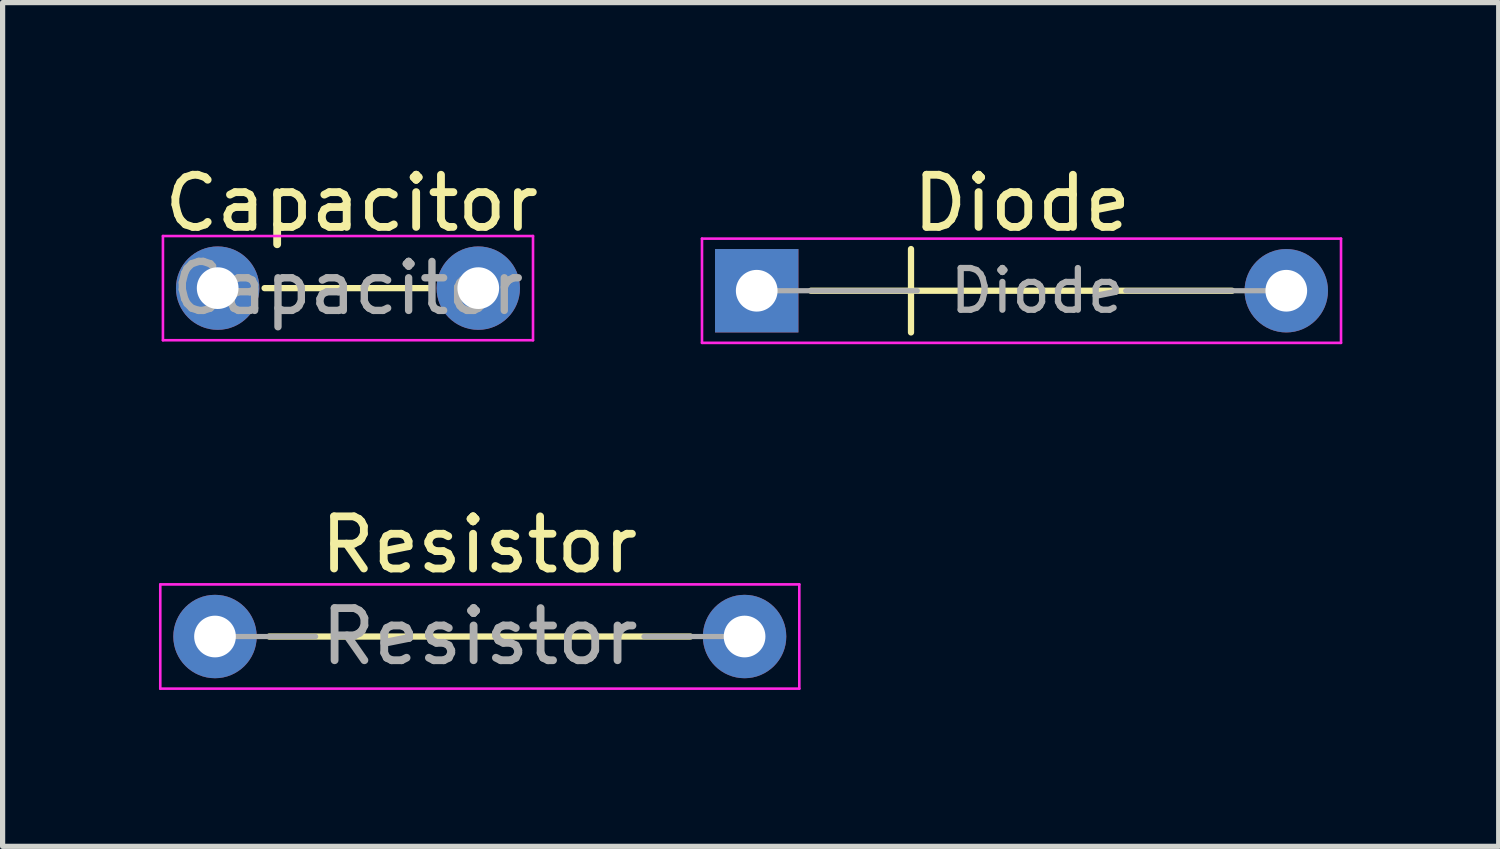
<source format=kicad_pcb>
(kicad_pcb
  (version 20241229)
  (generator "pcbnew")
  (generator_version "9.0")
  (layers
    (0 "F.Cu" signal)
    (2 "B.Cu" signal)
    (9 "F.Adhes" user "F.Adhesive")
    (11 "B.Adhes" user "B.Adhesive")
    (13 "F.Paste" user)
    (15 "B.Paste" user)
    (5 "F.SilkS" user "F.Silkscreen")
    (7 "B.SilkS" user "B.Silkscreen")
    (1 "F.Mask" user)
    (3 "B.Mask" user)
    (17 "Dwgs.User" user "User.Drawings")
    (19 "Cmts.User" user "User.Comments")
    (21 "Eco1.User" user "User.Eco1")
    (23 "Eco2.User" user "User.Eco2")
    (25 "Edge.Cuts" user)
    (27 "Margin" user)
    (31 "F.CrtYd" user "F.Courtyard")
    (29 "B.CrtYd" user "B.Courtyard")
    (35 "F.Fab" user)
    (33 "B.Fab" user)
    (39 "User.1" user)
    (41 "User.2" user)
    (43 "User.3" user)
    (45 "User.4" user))
  (footprint "Capacitor"
    (layer "F.Cu")
    (at 1.126 2.478)
    (property "Reference" "Capacitor" (at 2.57 -1.63 0) (layer "F.SilkS") (effects (font (size 1 1) (thickness 0.15))))
    (attr through_hole)
    (fp_line (start 0.9 0) (end 4.1 0) (stroke (width 0.12) (type solid)) (layer "F.SilkS"))
    (fp_line (start -1.05 -1) (end -1.05 1) (stroke (width 0.05) (type solid)) (layer "F.CrtYd"))
    (fp_line (start -1.05 1) (end 6.05 1) (stroke (width 0.05) (type solid)) (layer "F.CrtYd"))
    (fp_line (start 6.05 -1) (end -1.05 -1) (stroke (width 0.05) (type solid)) (layer "F.CrtYd"))
    (fp_line (start 6.05 1) (end 6.05 -1) (stroke (width 0.05) (type solid)) (layer "F.CrtYd"))
    (fp_text user "${REFERENCE}" (at 2.5 0 0) (layer "F.Fab") (effects (font (size 0.94 0.94) (thickness 0.141))))
    (pad "1" thru_hole circle (at 0 0) (size 1.6 1.6) (drill 0.8) (layers "*.Cu" "*.Mask"))
    (pad "2" thru_hole circle (at 5 0) (size 1.6 1.6) (drill 0.8) (layers "*.Cu" "*.Mask")))
  (footprint "Diode"
    (layer "F.Cu")
    (at 11.468 2.528)
    (property "Reference" "Diode" (at 5.09 -1.68 0) (layer "F.SilkS") (effects (font (size 1 1) (thickness 0.15))))
    (attr through_hole)
    (fp_line (start 1.04 0) (end 2.96 0) (stroke (width 0.12) (type solid)) (layer "F.SilkS"))
    (fp_line (start 2.96 -0.8) (end 2.96 0.8) (stroke (width 0.12) (type solid)) (layer "F.SilkS"))
    (fp_line (start 9.12 0) (end 2.96 0) (stroke (width 0.12) (type solid)) (layer "F.SilkS"))
    (fp_line (start -1.05 -1) (end -1.05 1) (stroke (width 0.05) (type solid)) (layer "F.CrtYd"))
    (fp_line (start -1.05 1) (end 11.21 1) (stroke (width 0.05) (type solid)) (layer "F.CrtYd"))
    (fp_line (start 11.21 -1) (end -1.05 -1) (stroke (width 0.05) (type solid)) (layer "F.CrtYd"))
    (fp_line (start 11.21 1) (end 11.21 -1) (stroke (width 0.05) (type solid)) (layer "F.CrtYd"))
    (fp_line (start 0 0) (end 3.08 0) (stroke (width 0.1) (type solid)) (layer "F.Fab"))
    (fp_line (start 10.16 0) (end 7.08 0) (stroke (width 0.1) (type solid)) (layer "F.Fab"))
    (fp_text user "${REFERENCE}" (at 5.38 0 0) (layer "F.Fab") (effects (font (size 0.8 0.8) (thickness 0.12))))
    (pad "1" thru_hole rect (at 0 0) (size 1.6 1.6) (drill 0.8) (layers "*.Cu" "*.Mask"))
    (pad "2" thru_hole oval (at 10.16 0) (size 1.6 1.6) (drill 0.8) (layers "*.Cu" "*.Mask")))
  (footprint "Resistor"
    (layer "F.Cu")
    (at 1.075 9.162)
    (property "Reference" "Resistor" (at 5.07 -1.76 0) (layer "F.SilkS") (effects (font (size 1 1) (thickness 0.15))))
    (attr through_hole)
    (fp_line (start 1.04 0) (end 9.12 0) (stroke (width 0.12) (type solid)) (layer "F.SilkS"))
    (fp_line (start -1.05 -1) (end -1.05 1) (stroke (width 0.05) (type solid)) (layer "F.CrtYd"))
    (fp_line (start -1.05 1) (end 11.21 1) (stroke (width 0.05) (type solid)) (layer "F.CrtYd"))
    (fp_line (start 11.21 -1) (end -1.05 -1) (stroke (width 0.05) (type solid)) (layer "F.CrtYd"))
    (fp_line (start 11.21 1) (end 11.21 -1) (stroke (width 0.05) (type solid)) (layer "F.CrtYd"))
    (fp_line (start 0 0) (end 1.93 0) (stroke (width 0.1) (type solid)) (layer "F.Fab"))
    (fp_line (start 10.16 0) (end 8.23 0) (stroke (width 0.1) (type solid)) (layer "F.Fab"))
    (fp_text user "${REFERENCE}" (at 5.08 0 0) (layer "F.Fab") (effects (font (size 1 1) (thickness 0.15))))
    (pad "1" thru_hole circle (at 0 0) (size 1.6 1.6) (drill 0.8) (layers "*.Cu" "*.Mask"))
    (pad "2" thru_hole oval (at 10.16 0) (size 1.6 1.6) (drill 0.8) (layers "*.Cu" "*.Mask")))
  (gr_rect
    (start -3 -3)
    (end 25.703 13.187)
    (stroke (width 0.1) (type default))
    (fill no)
    (layer "Edge.Cuts")))
</source>
